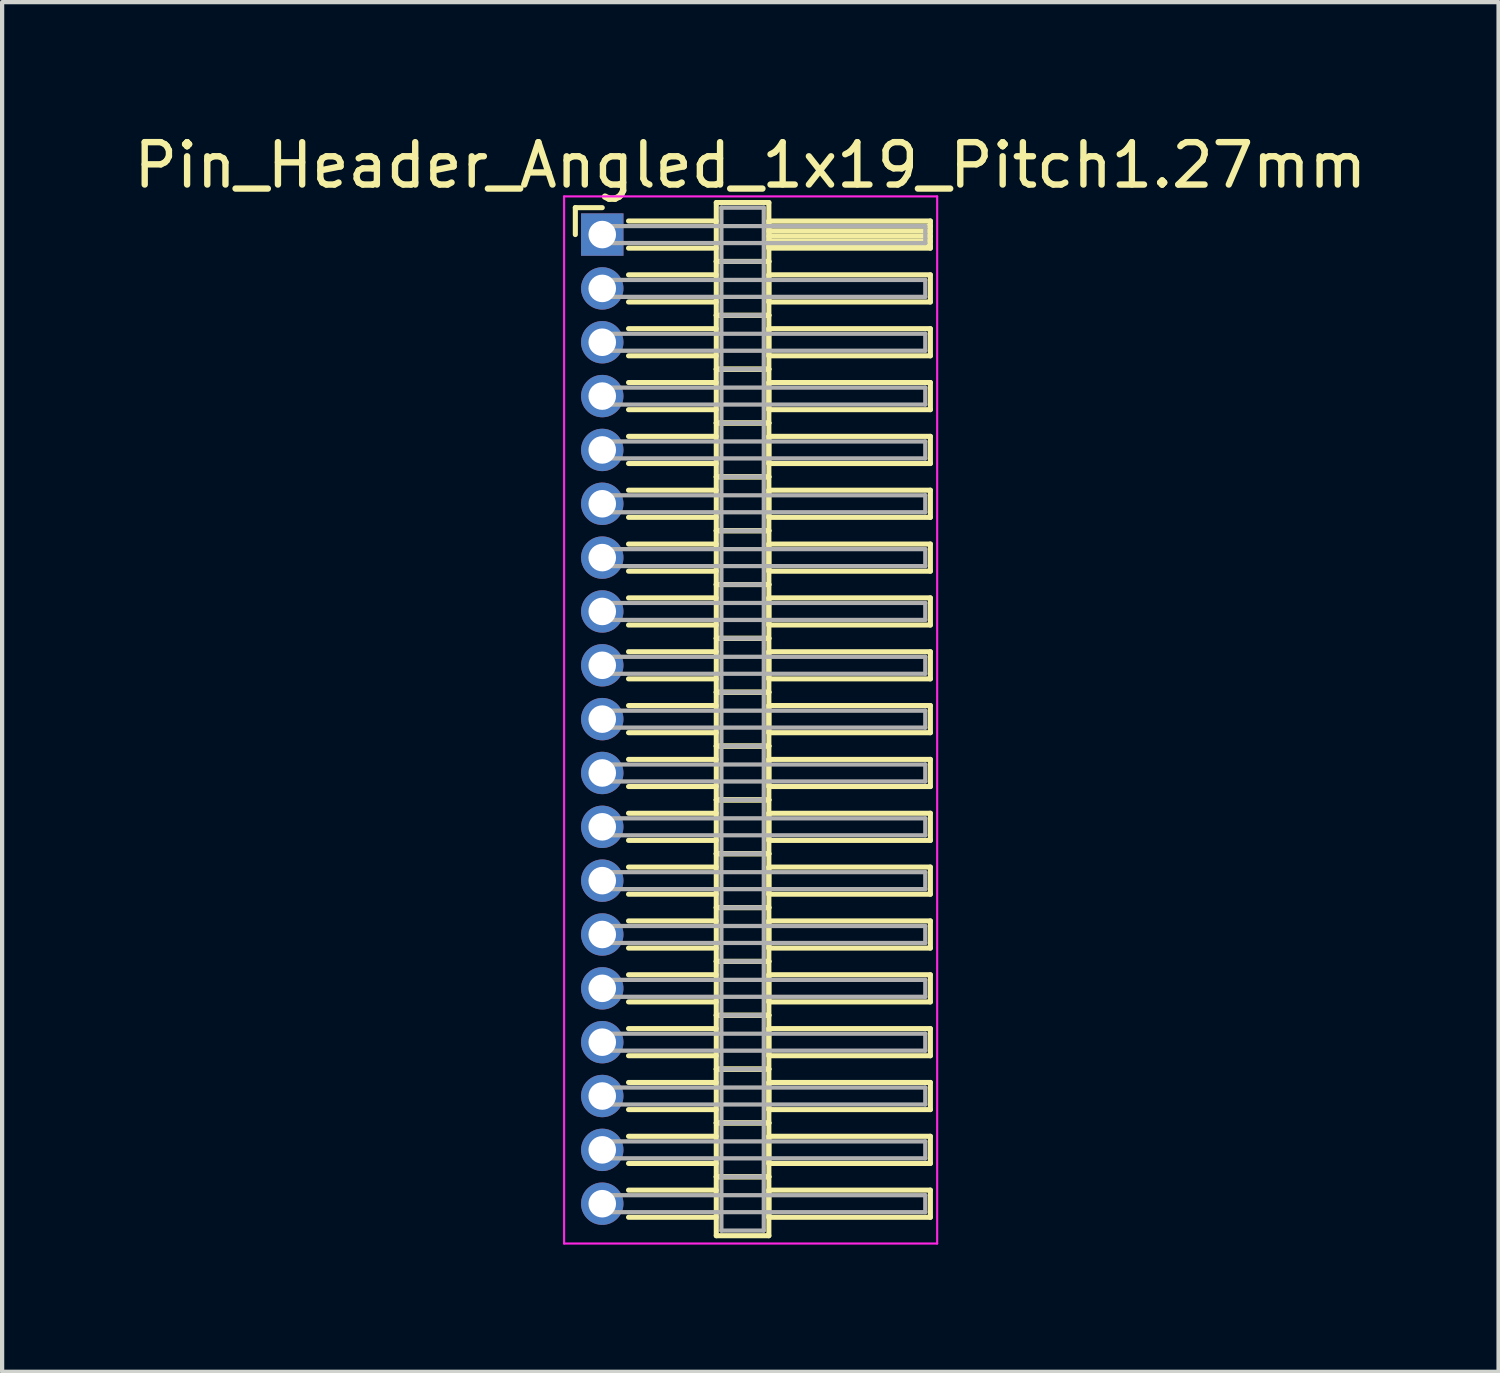
<source format=kicad_pcb>
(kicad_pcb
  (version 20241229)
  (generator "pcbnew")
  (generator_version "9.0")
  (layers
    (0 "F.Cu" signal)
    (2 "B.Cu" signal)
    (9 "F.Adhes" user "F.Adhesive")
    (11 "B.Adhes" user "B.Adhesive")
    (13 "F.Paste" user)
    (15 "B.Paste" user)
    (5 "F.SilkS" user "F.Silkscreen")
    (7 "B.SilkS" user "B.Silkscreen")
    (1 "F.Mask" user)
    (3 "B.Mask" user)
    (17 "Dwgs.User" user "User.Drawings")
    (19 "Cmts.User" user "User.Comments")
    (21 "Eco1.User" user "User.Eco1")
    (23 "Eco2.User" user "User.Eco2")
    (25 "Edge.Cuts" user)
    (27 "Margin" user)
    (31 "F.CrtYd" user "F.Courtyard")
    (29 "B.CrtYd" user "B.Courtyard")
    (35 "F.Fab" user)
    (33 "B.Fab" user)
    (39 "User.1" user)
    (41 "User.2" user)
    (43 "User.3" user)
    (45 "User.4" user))
  (footprint "Pin_Header_Angled_1x19_Pitch1.27mm"
    (layer "F.Cu")
    (at 11.156 2.483)
    (property "Reference" "Pin_Header_Angled_1x19_Pitch1.27mm" (at 3.493 -1.635 0) (layer "F.SilkS") (effects (font (size 1 1) (thickness 0.15))))
    (attr through_hole)
    (fp_line (start -0.635 -0.635) (end 0 -0.635) (stroke (width 0.12) (type solid)) (layer "F.SilkS"))
    (fp_line (start -0.635 0) (end -0.635 -0.635) (stroke (width 0.12) (type solid)) (layer "F.SilkS"))
    (fp_line (start 0.62 -0.32) (end 2.69 -0.32) (stroke (width 0.12) (type solid)) (layer "F.SilkS"))
    (fp_line (start 0.62 0.32) (end 2.69 0.32) (stroke (width 0.12) (type solid)) (layer "F.SilkS"))
    (fp_line (start 0.62 0.95) (end 2.69 0.95) (stroke (width 0.12) (type solid)) (layer "F.SilkS"))
    (fp_line (start 0.62 1.59) (end 2.69 1.59) (stroke (width 0.12) (type solid)) (layer "F.SilkS"))
    (fp_line (start 0.62 2.22) (end 2.69 2.22) (stroke (width 0.12) (type solid)) (layer "F.SilkS"))
    (fp_line (start 0.62 2.86) (end 2.69 2.86) (stroke (width 0.12) (type solid)) (layer "F.SilkS"))
    (fp_line (start 0.62 3.49) (end 2.69 3.49) (stroke (width 0.12) (type solid)) (layer "F.SilkS"))
    (fp_line (start 0.62 4.13) (end 2.69 4.13) (stroke (width 0.12) (type solid)) (layer "F.SilkS"))
    (fp_line (start 0.62 4.76) (end 2.69 4.76) (stroke (width 0.12) (type solid)) (layer "F.SilkS"))
    (fp_line (start 0.62 5.4) (end 2.69 5.4) (stroke (width 0.12) (type solid)) (layer "F.SilkS"))
    (fp_line (start 0.62 6.03) (end 2.69 6.03) (stroke (width 0.12) (type solid)) (layer "F.SilkS"))
    (fp_line (start 0.62 6.67) (end 2.69 6.67) (stroke (width 0.12) (type solid)) (layer "F.SilkS"))
    (fp_line (start 0.62 7.3) (end 2.69 7.3) (stroke (width 0.12) (type solid)) (layer "F.SilkS"))
    (fp_line (start 0.62 7.94) (end 2.69 7.94) (stroke (width 0.12) (type solid)) (layer "F.SilkS"))
    (fp_line (start 0.62 8.57) (end 2.69 8.57) (stroke (width 0.12) (type solid)) (layer "F.SilkS"))
    (fp_line (start 0.62 9.21) (end 2.69 9.21) (stroke (width 0.12) (type solid)) (layer "F.SilkS"))
    (fp_line (start 0.62 9.84) (end 2.69 9.84) (stroke (width 0.12) (type solid)) (layer "F.SilkS"))
    (fp_line (start 0.62 10.48) (end 2.69 10.48) (stroke (width 0.12) (type solid)) (layer "F.SilkS"))
    (fp_line (start 0.62 11.11) (end 2.69 11.11) (stroke (width 0.12) (type solid)) (layer "F.SilkS"))
    (fp_line (start 0.62 11.75) (end 2.69 11.75) (stroke (width 0.12) (type solid)) (layer "F.SilkS"))
    (fp_line (start 0.62 12.38) (end 2.69 12.38) (stroke (width 0.12) (type solid)) (layer "F.SilkS"))
    (fp_line (start 0.62 13.02) (end 2.69 13.02) (stroke (width 0.12) (type solid)) (layer "F.SilkS"))
    (fp_line (start 0.62 13.65) (end 2.69 13.65) (stroke (width 0.12) (type solid)) (layer "F.SilkS"))
    (fp_line (start 0.62 14.29) (end 2.69 14.29) (stroke (width 0.12) (type solid)) (layer "F.SilkS"))
    (fp_line (start 0.62 14.92) (end 2.69 14.92) (stroke (width 0.12) (type solid)) (layer "F.SilkS"))
    (fp_line (start 0.62 15.56) (end 2.69 15.56) (stroke (width 0.12) (type solid)) (layer "F.SilkS"))
    (fp_line (start 0.62 16.19) (end 2.69 16.19) (stroke (width 0.12) (type solid)) (layer "F.SilkS"))
    (fp_line (start 0.62 16.83) (end 2.69 16.83) (stroke (width 0.12) (type solid)) (layer "F.SilkS"))
    (fp_line (start 0.62 17.46) (end 2.69 17.46) (stroke (width 0.12) (type solid)) (layer "F.SilkS"))
    (fp_line (start 0.62 18.1) (end 2.69 18.1) (stroke (width 0.12) (type solid)) (layer "F.SilkS"))
    (fp_line (start 0.62 18.73) (end 2.69 18.73) (stroke (width 0.12) (type solid)) (layer "F.SilkS"))
    (fp_line (start 0.62 19.37) (end 2.69 19.37) (stroke (width 0.12) (type solid)) (layer "F.SilkS"))
    (fp_line (start 0.62 20) (end 2.69 20) (stroke (width 0.12) (type solid)) (layer "F.SilkS"))
    (fp_line (start 0.62 20.64) (end 2.69 20.64) (stroke (width 0.12) (type solid)) (layer "F.SilkS"))
    (fp_line (start 0.62 21.27) (end 2.69 21.27) (stroke (width 0.12) (type solid)) (layer "F.SilkS"))
    (fp_line (start 0.62 21.91) (end 2.69 21.91) (stroke (width 0.12) (type solid)) (layer "F.SilkS"))
    (fp_line (start 0.62 22.54) (end 2.69 22.54) (stroke (width 0.12) (type solid)) (layer "F.SilkS"))
    (fp_line (start 0.62 23.18) (end 2.69 23.18) (stroke (width 0.12) (type solid)) (layer "F.SilkS"))
    (fp_line (start 2.69 -0.755) (end 2.69 0.635) (stroke (width 0.12) (type solid)) (layer "F.SilkS"))
    (fp_line (start 2.69 0.635) (end 2.69 1.905) (stroke (width 0.12) (type solid)) (layer "F.SilkS"))
    (fp_line (start 2.69 0.635) (end 3.93 0.635) (stroke (width 0.12) (type solid)) (layer "F.SilkS"))
    (fp_line (start 2.69 1.905) (end 2.69 3.175) (stroke (width 0.12) (type solid)) (layer "F.SilkS"))
    (fp_line (start 2.69 1.905) (end 3.93 1.905) (stroke (width 0.12) (type solid)) (layer "F.SilkS"))
    (fp_line (start 2.69 3.175) (end 2.69 4.445) (stroke (width 0.12) (type solid)) (layer "F.SilkS"))
    (fp_line (start 2.69 3.175) (end 3.93 3.175) (stroke (width 0.12) (type solid)) (layer "F.SilkS"))
    (fp_line (start 2.69 4.445) (end 2.69 5.715) (stroke (width 0.12) (type solid)) (layer "F.SilkS"))
    (fp_line (start 2.69 4.445) (end 3.93 4.445) (stroke (width 0.12) (type solid)) (layer "F.SilkS"))
    (fp_line (start 2.69 5.715) (end 2.69 6.985) (stroke (width 0.12) (type solid)) (layer "F.SilkS"))
    (fp_line (start 2.69 5.715) (end 3.93 5.715) (stroke (width 0.12) (type solid)) (layer "F.SilkS"))
    (fp_line (start 2.69 6.985) (end 2.69 8.255) (stroke (width 0.12) (type solid)) (layer "F.SilkS"))
    (fp_line (start 2.69 6.985) (end 3.93 6.985) (stroke (width 0.12) (type solid)) (layer "F.SilkS"))
    (fp_line (start 2.69 8.255) (end 2.69 9.525) (stroke (width 0.12) (type solid)) (layer "F.SilkS"))
    (fp_line (start 2.69 8.255) (end 3.93 8.255) (stroke (width 0.12) (type solid)) (layer "F.SilkS"))
    (fp_line (start 2.69 9.525) (end 2.69 10.795) (stroke (width 0.12) (type solid)) (layer "F.SilkS"))
    (fp_line (start 2.69 9.525) (end 3.93 9.525) (stroke (width 0.12) (type solid)) (layer "F.SilkS"))
    (fp_line (start 2.69 10.795) (end 2.69 12.065) (stroke (width 0.12) (type solid)) (layer "F.SilkS"))
    (fp_line (start 2.69 10.795) (end 3.93 10.795) (stroke (width 0.12) (type solid)) (layer "F.SilkS"))
    (fp_line (start 2.69 12.065) (end 2.69 13.335) (stroke (width 0.12) (type solid)) (layer "F.SilkS"))
    (fp_line (start 2.69 12.065) (end 3.93 12.065) (stroke (width 0.12) (type solid)) (layer "F.SilkS"))
    (fp_line (start 2.69 13.335) (end 2.69 14.605) (stroke (width 0.12) (type solid)) (layer "F.SilkS"))
    (fp_line (start 2.69 13.335) (end 3.93 13.335) (stroke (width 0.12) (type solid)) (layer "F.SilkS"))
    (fp_line (start 2.69 14.605) (end 2.69 15.875) (stroke (width 0.12) (type solid)) (layer "F.SilkS"))
    (fp_line (start 2.69 14.605) (end 3.93 14.605) (stroke (width 0.12) (type solid)) (layer "F.SilkS"))
    (fp_line (start 2.69 15.875) (end 2.69 17.145) (stroke (width 0.12) (type solid)) (layer "F.SilkS"))
    (fp_line (start 2.69 15.875) (end 3.93 15.875) (stroke (width 0.12) (type solid)) (layer "F.SilkS"))
    (fp_line (start 2.69 17.145) (end 2.69 18.415) (stroke (width 0.12) (type solid)) (layer "F.SilkS"))
    (fp_line (start 2.69 17.145) (end 3.93 17.145) (stroke (width 0.12) (type solid)) (layer "F.SilkS"))
    (fp_line (start 2.69 18.415) (end 2.69 19.685) (stroke (width 0.12) (type solid)) (layer "F.SilkS"))
    (fp_line (start 2.69 18.415) (end 3.93 18.415) (stroke (width 0.12) (type solid)) (layer "F.SilkS"))
    (fp_line (start 2.69 19.685) (end 2.69 20.955) (stroke (width 0.12) (type solid)) (layer "F.SilkS"))
    (fp_line (start 2.69 19.685) (end 3.93 19.685) (stroke (width 0.12) (type solid)) (layer "F.SilkS"))
    (fp_line (start 2.69 20.955) (end 2.69 22.225) (stroke (width 0.12) (type solid)) (layer "F.SilkS"))
    (fp_line (start 2.69 20.955) (end 3.93 20.955) (stroke (width 0.12) (type solid)) (layer "F.SilkS"))
    (fp_line (start 2.69 22.225) (end 2.69 23.615) (stroke (width 0.12) (type solid)) (layer "F.SilkS"))
    (fp_line (start 2.69 22.225) (end 3.93 22.225) (stroke (width 0.12) (type solid)) (layer "F.SilkS"))
    (fp_line (start 2.69 23.615) (end 3.93 23.615) (stroke (width 0.12) (type solid)) (layer "F.SilkS"))
    (fp_line (start 3.93 -0.755) (end 2.69 -0.755) (stroke (width 0.12) (type solid)) (layer "F.SilkS"))
    (fp_line (start 3.93 -0.32) (end 3.93 0.32) (stroke (width 0.12) (type solid)) (layer "F.SilkS"))
    (fp_line (start 3.93 -0.2) (end 7.74 -0.2) (stroke (width 0.12) (type solid)) (layer "F.SilkS"))
    (fp_line (start 3.93 -0.08) (end 7.74 -0.08) (stroke (width 0.12) (type solid)) (layer "F.SilkS"))
    (fp_line (start 3.93 0.04) (end 7.74 0.04) (stroke (width 0.12) (type solid)) (layer "F.SilkS"))
    (fp_line (start 3.93 0.16) (end 7.74 0.16) (stroke (width 0.12) (type solid)) (layer "F.SilkS"))
    (fp_line (start 3.93 0.28) (end 7.74 0.28) (stroke (width 0.12) (type solid)) (layer "F.SilkS"))
    (fp_line (start 3.93 0.32) (end 7.74 0.32) (stroke (width 0.12) (type solid)) (layer "F.SilkS"))
    (fp_line (start 3.93 0.635) (end 2.69 0.635) (stroke (width 0.12) (type solid)) (layer "F.SilkS"))
    (fp_line (start 3.93 0.635) (end 3.93 -0.755) (stroke (width 0.12) (type solid)) (layer "F.SilkS"))
    (fp_line (start 3.93 0.95) (end 3.93 1.59) (stroke (width 0.12) (type solid)) (layer "F.SilkS"))
    (fp_line (start 3.93 1.59) (end 7.74 1.59) (stroke (width 0.12) (type solid)) (layer "F.SilkS"))
    (fp_line (start 3.93 1.905) (end 2.69 1.905) (stroke (width 0.12) (type solid)) (layer "F.SilkS"))
    (fp_line (start 3.93 1.905) (end 3.93 0.635) (stroke (width 0.12) (type solid)) (layer "F.SilkS"))
    (fp_line (start 3.93 2.22) (end 3.93 2.86) (stroke (width 0.12) (type solid)) (layer "F.SilkS"))
    (fp_line (start 3.93 2.86) (end 7.74 2.86) (stroke (width 0.12) (type solid)) (layer "F.SilkS"))
    (fp_line (start 3.93 3.175) (end 2.69 3.175) (stroke (width 0.12) (type solid)) (layer "F.SilkS"))
    (fp_line (start 3.93 3.175) (end 3.93 1.905) (stroke (width 0.12) (type solid)) (layer "F.SilkS"))
    (fp_line (start 3.93 3.49) (end 3.93 4.13) (stroke (width 0.12) (type solid)) (layer "F.SilkS"))
    (fp_line (start 3.93 4.13) (end 7.74 4.13) (stroke (width 0.12) (type solid)) (layer "F.SilkS"))
    (fp_line (start 3.93 4.445) (end 2.69 4.445) (stroke (width 0.12) (type solid)) (layer "F.SilkS"))
    (fp_line (start 3.93 4.445) (end 3.93 3.175) (stroke (width 0.12) (type solid)) (layer "F.SilkS"))
    (fp_line (start 3.93 4.76) (end 3.93 5.4) (stroke (width 0.12) (type solid)) (layer "F.SilkS"))
    (fp_line (start 3.93 5.4) (end 7.74 5.4) (stroke (width 0.12) (type solid)) (layer "F.SilkS"))
    (fp_line (start 3.93 5.715) (end 2.69 5.715) (stroke (width 0.12) (type solid)) (layer "F.SilkS"))
    (fp_line (start 3.93 5.715) (end 3.93 4.445) (stroke (width 0.12) (type solid)) (layer "F.SilkS"))
    (fp_line (start 3.93 6.03) (end 3.93 6.67) (stroke (width 0.12) (type solid)) (layer "F.SilkS"))
    (fp_line (start 3.93 6.67) (end 7.74 6.67) (stroke (width 0.12) (type solid)) (layer "F.SilkS"))
    (fp_line (start 3.93 6.985) (end 2.69 6.985) (stroke (width 0.12) (type solid)) (layer "F.SilkS"))
    (fp_line (start 3.93 6.985) (end 3.93 5.715) (stroke (width 0.12) (type solid)) (layer "F.SilkS"))
    (fp_line (start 3.93 7.3) (end 3.93 7.94) (stroke (width 0.12) (type solid)) (layer "F.SilkS"))
    (fp_line (start 3.93 7.94) (end 7.74 7.94) (stroke (width 0.12) (type solid)) (layer "F.SilkS"))
    (fp_line (start 3.93 8.255) (end 2.69 8.255) (stroke (width 0.12) (type solid)) (layer "F.SilkS"))
    (fp_line (start 3.93 8.255) (end 3.93 6.985) (stroke (width 0.12) (type solid)) (layer "F.SilkS"))
    (fp_line (start 3.93 8.57) (end 3.93 9.21) (stroke (width 0.12) (type solid)) (layer "F.SilkS"))
    (fp_line (start 3.93 9.21) (end 7.74 9.21) (stroke (width 0.12) (type solid)) (layer "F.SilkS"))
    (fp_line (start 3.93 9.525) (end 2.69 9.525) (stroke (width 0.12) (type solid)) (layer "F.SilkS"))
    (fp_line (start 3.93 9.525) (end 3.93 8.255) (stroke (width 0.12) (type solid)) (layer "F.SilkS"))
    (fp_line (start 3.93 9.84) (end 3.93 10.48) (stroke (width 0.12) (type solid)) (layer "F.SilkS"))
    (fp_line (start 3.93 10.48) (end 7.74 10.48) (stroke (width 0.12) (type solid)) (layer "F.SilkS"))
    (fp_line (start 3.93 10.795) (end 2.69 10.795) (stroke (width 0.12) (type solid)) (layer "F.SilkS"))
    (fp_line (start 3.93 10.795) (end 3.93 9.525) (stroke (width 0.12) (type solid)) (layer "F.SilkS"))
    (fp_line (start 3.93 11.11) (end 3.93 11.75) (stroke (width 0.12) (type solid)) (layer "F.SilkS"))
    (fp_line (start 3.93 11.75) (end 7.74 11.75) (stroke (width 0.12) (type solid)) (layer "F.SilkS"))
    (fp_line (start 3.93 12.065) (end 2.69 12.065) (stroke (width 0.12) (type solid)) (layer "F.SilkS"))
    (fp_line (start 3.93 12.065) (end 3.93 10.795) (stroke (width 0.12) (type solid)) (layer "F.SilkS"))
    (fp_line (start 3.93 12.38) (end 3.93 13.02) (stroke (width 0.12) (type solid)) (layer "F.SilkS"))
    (fp_line (start 3.93 13.02) (end 7.74 13.02) (stroke (width 0.12) (type solid)) (layer "F.SilkS"))
    (fp_line (start 3.93 13.335) (end 2.69 13.335) (stroke (width 0.12) (type solid)) (layer "F.SilkS"))
    (fp_line (start 3.93 13.335) (end 3.93 12.065) (stroke (width 0.12) (type solid)) (layer "F.SilkS"))
    (fp_line (start 3.93 13.65) (end 3.93 14.29) (stroke (width 0.12) (type solid)) (layer "F.SilkS"))
    (fp_line (start 3.93 14.29) (end 7.74 14.29) (stroke (width 0.12) (type solid)) (layer "F.SilkS"))
    (fp_line (start 3.93 14.605) (end 2.69 14.605) (stroke (width 0.12) (type solid)) (layer "F.SilkS"))
    (fp_line (start 3.93 14.605) (end 3.93 13.335) (stroke (width 0.12) (type solid)) (layer "F.SilkS"))
    (fp_line (start 3.93 14.92) (end 3.93 15.56) (stroke (width 0.12) (type solid)) (layer "F.SilkS"))
    (fp_line (start 3.93 15.56) (end 7.74 15.56) (stroke (width 0.12) (type solid)) (layer "F.SilkS"))
    (fp_line (start 3.93 15.875) (end 2.69 15.875) (stroke (width 0.12) (type solid)) (layer "F.SilkS"))
    (fp_line (start 3.93 15.875) (end 3.93 14.605) (stroke (width 0.12) (type solid)) (layer "F.SilkS"))
    (fp_line (start 3.93 16.19) (end 3.93 16.83) (stroke (width 0.12) (type solid)) (layer "F.SilkS"))
    (fp_line (start 3.93 16.83) (end 7.74 16.83) (stroke (width 0.12) (type solid)) (layer "F.SilkS"))
    (fp_line (start 3.93 17.145) (end 2.69 17.145) (stroke (width 0.12) (type solid)) (layer "F.SilkS"))
    (fp_line (start 3.93 17.145) (end 3.93 15.875) (stroke (width 0.12) (type solid)) (layer "F.SilkS"))
    (fp_line (start 3.93 17.46) (end 3.93 18.1) (stroke (width 0.12) (type solid)) (layer "F.SilkS"))
    (fp_line (start 3.93 18.1) (end 7.74 18.1) (stroke (width 0.12) (type solid)) (layer "F.SilkS"))
    (fp_line (start 3.93 18.415) (end 2.69 18.415) (stroke (width 0.12) (type solid)) (layer "F.SilkS"))
    (fp_line (start 3.93 18.415) (end 3.93 17.145) (stroke (width 0.12) (type solid)) (layer "F.SilkS"))
    (fp_line (start 3.93 18.73) (end 3.93 19.37) (stroke (width 0.12) (type solid)) (layer "F.SilkS"))
    (fp_line (start 3.93 19.37) (end 7.74 19.37) (stroke (width 0.12) (type solid)) (layer "F.SilkS"))
    (fp_line (start 3.93 19.685) (end 2.69 19.685) (stroke (width 0.12) (type solid)) (layer "F.SilkS"))
    (fp_line (start 3.93 19.685) (end 3.93 18.415) (stroke (width 0.12) (type solid)) (layer "F.SilkS"))
    (fp_line (start 3.93 20) (end 3.93 20.64) (stroke (width 0.12) (type solid)) (layer "F.SilkS"))
    (fp_line (start 3.93 20.64) (end 7.74 20.64) (stroke (width 0.12) (type solid)) (layer "F.SilkS"))
    (fp_line (start 3.93 20.955) (end 2.69 20.955) (stroke (width 0.12) (type solid)) (layer "F.SilkS"))
    (fp_line (start 3.93 20.955) (end 3.93 19.685) (stroke (width 0.12) (type solid)) (layer "F.SilkS"))
    (fp_line (start 3.93 21.27) (end 3.93 21.91) (stroke (width 0.12) (type solid)) (layer "F.SilkS"))
    (fp_line (start 3.93 21.91) (end 7.74 21.91) (stroke (width 0.12) (type solid)) (layer "F.SilkS"))
    (fp_line (start 3.93 22.225) (end 2.69 22.225) (stroke (width 0.12) (type solid)) (layer "F.SilkS"))
    (fp_line (start 3.93 22.225) (end 3.93 20.955) (stroke (width 0.12) (type solid)) (layer "F.SilkS"))
    (fp_line (start 3.93 22.54) (end 3.93 23.18) (stroke (width 0.12) (type solid)) (layer "F.SilkS"))
    (fp_line (start 3.93 23.18) (end 7.74 23.18) (stroke (width 0.12) (type solid)) (layer "F.SilkS"))
    (fp_line (start 3.93 23.615) (end 3.93 22.225) (stroke (width 0.12) (type solid)) (layer "F.SilkS"))
    (fp_line (start 7.74 -0.32) (end 3.93 -0.32) (stroke (width 0.12) (type solid)) (layer "F.SilkS"))
    (fp_line (start 7.74 0.32) (end 7.74 -0.32) (stroke (width 0.12) (type solid)) (layer "F.SilkS"))
    (fp_line (start 7.74 0.95) (end 3.93 0.95) (stroke (width 0.12) (type solid)) (layer "F.SilkS"))
    (fp_line (start 7.74 1.59) (end 7.74 0.95) (stroke (width 0.12) (type solid)) (layer "F.SilkS"))
    (fp_line (start 7.74 2.22) (end 3.93 2.22) (stroke (width 0.12) (type solid)) (layer "F.SilkS"))
    (fp_line (start 7.74 2.86) (end 7.74 2.22) (stroke (width 0.12) (type solid)) (layer "F.SilkS"))
    (fp_line (start 7.74 3.49) (end 3.93 3.49) (stroke (width 0.12) (type solid)) (layer "F.SilkS"))
    (fp_line (start 7.74 4.13) (end 7.74 3.49) (stroke (width 0.12) (type solid)) (layer "F.SilkS"))
    (fp_line (start 7.74 4.76) (end 3.93 4.76) (stroke (width 0.12) (type solid)) (layer "F.SilkS"))
    (fp_line (start 7.74 5.4) (end 7.74 4.76) (stroke (width 0.12) (type solid)) (layer "F.SilkS"))
    (fp_line (start 7.74 6.03) (end 3.93 6.03) (stroke (width 0.12) (type solid)) (layer "F.SilkS"))
    (fp_line (start 7.74 6.67) (end 7.74 6.03) (stroke (width 0.12) (type solid)) (layer "F.SilkS"))
    (fp_line (start 7.74 7.3) (end 3.93 7.3) (stroke (width 0.12) (type solid)) (layer "F.SilkS"))
    (fp_line (start 7.74 7.94) (end 7.74 7.3) (stroke (width 0.12) (type solid)) (layer "F.SilkS"))
    (fp_line (start 7.74 8.57) (end 3.93 8.57) (stroke (width 0.12) (type solid)) (layer "F.SilkS"))
    (fp_line (start 7.74 9.21) (end 7.74 8.57) (stroke (width 0.12) (type solid)) (layer "F.SilkS"))
    (fp_line (start 7.74 9.84) (end 3.93 9.84) (stroke (width 0.12) (type solid)) (layer "F.SilkS"))
    (fp_line (start 7.74 10.48) (end 7.74 9.84) (stroke (width 0.12) (type solid)) (layer "F.SilkS"))
    (fp_line (start 7.74 11.11) (end 3.93 11.11) (stroke (width 0.12) (type solid)) (layer "F.SilkS"))
    (fp_line (start 7.74 11.75) (end 7.74 11.11) (stroke (width 0.12) (type solid)) (layer "F.SilkS"))
    (fp_line (start 7.74 12.38) (end 3.93 12.38) (stroke (width 0.12) (type solid)) (layer "F.SilkS"))
    (fp_line (start 7.74 13.02) (end 7.74 12.38) (stroke (width 0.12) (type solid)) (layer "F.SilkS"))
    (fp_line (start 7.74 13.65) (end 3.93 13.65) (stroke (width 0.12) (type solid)) (layer "F.SilkS"))
    (fp_line (start 7.74 14.29) (end 7.74 13.65) (stroke (width 0.12) (type solid)) (layer "F.SilkS"))
    (fp_line (start 7.74 14.92) (end 3.93 14.92) (stroke (width 0.12) (type solid)) (layer "F.SilkS"))
    (fp_line (start 7.74 15.56) (end 7.74 14.92) (stroke (width 0.12) (type solid)) (layer "F.SilkS"))
    (fp_line (start 7.74 16.19) (end 3.93 16.19) (stroke (width 0.12) (type solid)) (layer "F.SilkS"))
    (fp_line (start 7.74 16.83) (end 7.74 16.19) (stroke (width 0.12) (type solid)) (layer "F.SilkS"))
    (fp_line (start 7.74 17.46) (end 3.93 17.46) (stroke (width 0.12) (type solid)) (layer "F.SilkS"))
    (fp_line (start 7.74 18.1) (end 7.74 17.46) (stroke (width 0.12) (type solid)) (layer "F.SilkS"))
    (fp_line (start 7.74 18.73) (end 3.93 18.73) (stroke (width 0.12) (type solid)) (layer "F.SilkS"))
    (fp_line (start 7.74 19.37) (end 7.74 18.73) (stroke (width 0.12) (type solid)) (layer "F.SilkS"))
    (fp_line (start 7.74 20) (end 3.93 20) (stroke (width 0.12) (type solid)) (layer "F.SilkS"))
    (fp_line (start 7.74 20.64) (end 7.74 20) (stroke (width 0.12) (type solid)) (layer "F.SilkS"))
    (fp_line (start 7.74 21.27) (end 3.93 21.27) (stroke (width 0.12) (type solid)) (layer "F.SilkS"))
    (fp_line (start 7.74 21.91) (end 7.74 21.27) (stroke (width 0.12) (type solid)) (layer "F.SilkS"))
    (fp_line (start 7.74 22.54) (end 3.93 22.54) (stroke (width 0.12) (type solid)) (layer "F.SilkS"))
    (fp_line (start 7.74 23.18) (end 7.74 22.54) (stroke (width 0.12) (type solid)) (layer "F.SilkS"))
    (fp_line (start -0.9 -0.9) (end -0.9 23.8) (stroke (width 0.05) (type solid)) (layer "F.CrtYd"))
    (fp_line (start -0.9 23.8) (end 7.9 23.8) (stroke (width 0.05) (type solid)) (layer "F.CrtYd"))
    (fp_line (start 7.9 -0.9) (end -0.9 -0.9) (stroke (width 0.05) (type solid)) (layer "F.CrtYd"))
    (fp_line (start 7.9 23.8) (end 7.9 -0.9) (stroke (width 0.05) (type solid)) (layer "F.CrtYd"))
    (fp_line (start 0 -0.2) (end 0 0.2) (stroke (width 0.1) (type solid)) (layer "F.Fab"))
    (fp_line (start 0 0.2) (end 7.62 0.2) (stroke (width 0.1) (type solid)) (layer "F.Fab"))
    (fp_line (start 0 1.07) (end 0 1.47) (stroke (width 0.1) (type solid)) (layer "F.Fab"))
    (fp_line (start 0 1.47) (end 7.62 1.47) (stroke (width 0.1) (type solid)) (layer "F.Fab"))
    (fp_line (start 0 2.34) (end 0 2.74) (stroke (width 0.1) (type solid)) (layer "F.Fab"))
    (fp_line (start 0 2.74) (end 7.62 2.74) (stroke (width 0.1) (type solid)) (layer "F.Fab"))
    (fp_line (start 0 3.61) (end 0 4.01) (stroke (width 0.1) (type solid)) (layer "F.Fab"))
    (fp_line (start 0 4.01) (end 7.62 4.01) (stroke (width 0.1) (type solid)) (layer "F.Fab"))
    (fp_line (start 0 4.88) (end 0 5.28) (stroke (width 0.1) (type solid)) (layer "F.Fab"))
    (fp_line (start 0 5.28) (end 7.62 5.28) (stroke (width 0.1) (type solid)) (layer "F.Fab"))
    (fp_line (start 0 6.15) (end 0 6.55) (stroke (width 0.1) (type solid)) (layer "F.Fab"))
    (fp_line (start 0 6.55) (end 7.62 6.55) (stroke (width 0.1) (type solid)) (layer "F.Fab"))
    (fp_line (start 0 7.42) (end 0 7.82) (stroke (width 0.1) (type solid)) (layer "F.Fab"))
    (fp_line (start 0 7.82) (end 7.62 7.82) (stroke (width 0.1) (type solid)) (layer "F.Fab"))
    (fp_line (start 0 8.69) (end 0 9.09) (stroke (width 0.1) (type solid)) (layer "F.Fab"))
    (fp_line (start 0 9.09) (end 7.62 9.09) (stroke (width 0.1) (type solid)) (layer "F.Fab"))
    (fp_line (start 0 9.96) (end 0 10.36) (stroke (width 0.1) (type solid)) (layer "F.Fab"))
    (fp_line (start 0 10.36) (end 7.62 10.36) (stroke (width 0.1) (type solid)) (layer "F.Fab"))
    (fp_line (start 0 11.23) (end 0 11.63) (stroke (width 0.1) (type solid)) (layer "F.Fab"))
    (fp_line (start 0 11.63) (end 7.62 11.63) (stroke (width 0.1) (type solid)) (layer "F.Fab"))
    (fp_line (start 0 12.5) (end 0 12.9) (stroke (width 0.1) (type solid)) (layer "F.Fab"))
    (fp_line (start 0 12.9) (end 7.62 12.9) (stroke (width 0.1) (type solid)) (layer "F.Fab"))
    (fp_line (start 0 13.77) (end 0 14.17) (stroke (width 0.1) (type solid)) (layer "F.Fab"))
    (fp_line (start 0 14.17) (end 7.62 14.17) (stroke (width 0.1) (type solid)) (layer "F.Fab"))
    (fp_line (start 0 15.04) (end 0 15.44) (stroke (width 0.1) (type solid)) (layer "F.Fab"))
    (fp_line (start 0 15.44) (end 7.62 15.44) (stroke (width 0.1) (type solid)) (layer "F.Fab"))
    (fp_line (start 0 16.31) (end 0 16.71) (stroke (width 0.1) (type solid)) (layer "F.Fab"))
    (fp_line (start 0 16.71) (end 7.62 16.71) (stroke (width 0.1) (type solid)) (layer "F.Fab"))
    (fp_line (start 0 17.58) (end 0 17.98) (stroke (width 0.1) (type solid)) (layer "F.Fab"))
    (fp_line (start 0 17.98) (end 7.62 17.98) (stroke (width 0.1) (type solid)) (layer "F.Fab"))
    (fp_line (start 0 18.85) (end 0 19.25) (stroke (width 0.1) (type solid)) (layer "F.Fab"))
    (fp_line (start 0 19.25) (end 7.62 19.25) (stroke (width 0.1) (type solid)) (layer "F.Fab"))
    (fp_line (start 0 20.12) (end 0 20.52) (stroke (width 0.1) (type solid)) (layer "F.Fab"))
    (fp_line (start 0 20.52) (end 7.62 20.52) (stroke (width 0.1) (type solid)) (layer "F.Fab"))
    (fp_line (start 0 21.39) (end 0 21.79) (stroke (width 0.1) (type solid)) (layer "F.Fab"))
    (fp_line (start 0 21.79) (end 7.62 21.79) (stroke (width 0.1) (type solid)) (layer "F.Fab"))
    (fp_line (start 0 22.66) (end 0 23.06) (stroke (width 0.1) (type solid)) (layer "F.Fab"))
    (fp_line (start 0 23.06) (end 7.62 23.06) (stroke (width 0.1) (type solid)) (layer "F.Fab"))
    (fp_line (start 2.81 -0.635) (end 2.81 0.635) (stroke (width 0.1) (type solid)) (layer "F.Fab"))
    (fp_line (start 2.81 0.635) (end 2.81 1.905) (stroke (width 0.1) (type solid)) (layer "F.Fab"))
    (fp_line (start 2.81 0.635) (end 3.81 0.635) (stroke (width 0.1) (type solid)) (layer "F.Fab"))
    (fp_line (start 2.81 1.905) (end 2.81 3.175) (stroke (width 0.1) (type solid)) (layer "F.Fab"))
    (fp_line (start 2.81 1.905) (end 3.81 1.905) (stroke (width 0.1) (type solid)) (layer "F.Fab"))
    (fp_line (start 2.81 3.175) (end 2.81 4.445) (stroke (width 0.1) (type solid)) (layer "F.Fab"))
    (fp_line (start 2.81 3.175) (end 3.81 3.175) (stroke (width 0.1) (type solid)) (layer "F.Fab"))
    (fp_line (start 2.81 4.445) (end 2.81 5.715) (stroke (width 0.1) (type solid)) (layer "F.Fab"))
    (fp_line (start 2.81 4.445) (end 3.81 4.445) (stroke (width 0.1) (type solid)) (layer "F.Fab"))
    (fp_line (start 2.81 5.715) (end 2.81 6.985) (stroke (width 0.1) (type solid)) (layer "F.Fab"))
    (fp_line (start 2.81 5.715) (end 3.81 5.715) (stroke (width 0.1) (type solid)) (layer "F.Fab"))
    (fp_line (start 2.81 6.985) (end 2.81 8.255) (stroke (width 0.1) (type solid)) (layer "F.Fab"))
    (fp_line (start 2.81 6.985) (end 3.81 6.985) (stroke (width 0.1) (type solid)) (layer "F.Fab"))
    (fp_line (start 2.81 8.255) (end 2.81 9.525) (stroke (width 0.1) (type solid)) (layer "F.Fab"))
    (fp_line (start 2.81 8.255) (end 3.81 8.255) (stroke (width 0.1) (type solid)) (layer "F.Fab"))
    (fp_line (start 2.81 9.525) (end 2.81 10.795) (stroke (width 0.1) (type solid)) (layer "F.Fab"))
    (fp_line (start 2.81 9.525) (end 3.81 9.525) (stroke (width 0.1) (type solid)) (layer "F.Fab"))
    (fp_line (start 2.81 10.795) (end 2.81 12.065) (stroke (width 0.1) (type solid)) (layer "F.Fab"))
    (fp_line (start 2.81 10.795) (end 3.81 10.795) (stroke (width 0.1) (type solid)) (layer "F.Fab"))
    (fp_line (start 2.81 12.065) (end 2.81 13.335) (stroke (width 0.1) (type solid)) (layer "F.Fab"))
    (fp_line (start 2.81 12.065) (end 3.81 12.065) (stroke (width 0.1) (type solid)) (layer "F.Fab"))
    (fp_line (start 2.81 13.335) (end 2.81 14.605) (stroke (width 0.1) (type solid)) (layer "F.Fab"))
    (fp_line (start 2.81 13.335) (end 3.81 13.335) (stroke (width 0.1) (type solid)) (layer "F.Fab"))
    (fp_line (start 2.81 14.605) (end 2.81 15.875) (stroke (width 0.1) (type solid)) (layer "F.Fab"))
    (fp_line (start 2.81 14.605) (end 3.81 14.605) (stroke (width 0.1) (type solid)) (layer "F.Fab"))
    (fp_line (start 2.81 15.875) (end 2.81 17.145) (stroke (width 0.1) (type solid)) (layer "F.Fab"))
    (fp_line (start 2.81 15.875) (end 3.81 15.875) (stroke (width 0.1) (type solid)) (layer "F.Fab"))
    (fp_line (start 2.81 17.145) (end 2.81 18.415) (stroke (width 0.1) (type solid)) (layer "F.Fab"))
    (fp_line (start 2.81 17.145) (end 3.81 17.145) (stroke (width 0.1) (type solid)) (layer "F.Fab"))
    (fp_line (start 2.81 18.415) (end 2.81 19.685) (stroke (width 0.1) (type solid)) (layer "F.Fab"))
    (fp_line (start 2.81 18.415) (end 3.81 18.415) (stroke (width 0.1) (type solid)) (layer "F.Fab"))
    (fp_line (start 2.81 19.685) (end 2.81 20.955) (stroke (width 0.1) (type solid)) (layer "F.Fab"))
    (fp_line (start 2.81 19.685) (end 3.81 19.685) (stroke (width 0.1) (type solid)) (layer "F.Fab"))
    (fp_line (start 2.81 20.955) (end 2.81 22.225) (stroke (width 0.1) (type solid)) (layer "F.Fab"))
    (fp_line (start 2.81 20.955) (end 3.81 20.955) (stroke (width 0.1) (type solid)) (layer "F.Fab"))
    (fp_line (start 2.81 22.225) (end 2.81 23.495) (stroke (width 0.1) (type solid)) (layer "F.Fab"))
    (fp_line (start 2.81 22.225) (end 3.81 22.225) (stroke (width 0.1) (type solid)) (layer "F.Fab"))
    (fp_line (start 2.81 23.495) (end 3.81 23.495) (stroke (width 0.1) (type solid)) (layer "F.Fab"))
    (fp_line (start 3.81 -0.635) (end 2.81 -0.635) (stroke (width 0.1) (type solid)) (layer "F.Fab"))
    (fp_line (start 3.81 0.635) (end 2.81 0.635) (stroke (width 0.1) (type solid)) (layer "F.Fab"))
    (fp_line (start 3.81 0.635) (end 3.81 -0.635) (stroke (width 0.1) (type solid)) (layer "F.Fab"))
    (fp_line (start 3.81 1.905) (end 2.81 1.905) (stroke (width 0.1) (type solid)) (layer "F.Fab"))
    (fp_line (start 3.81 1.905) (end 3.81 0.635) (stroke (width 0.1) (type solid)) (layer "F.Fab"))
    (fp_line (start 3.81 3.175) (end 2.81 3.175) (stroke (width 0.1) (type solid)) (layer "F.Fab"))
    (fp_line (start 3.81 3.175) (end 3.81 1.905) (stroke (width 0.1) (type solid)) (layer "F.Fab"))
    (fp_line (start 3.81 4.445) (end 2.81 4.445) (stroke (width 0.1) (type solid)) (layer "F.Fab"))
    (fp_line (start 3.81 4.445) (end 3.81 3.175) (stroke (width 0.1) (type solid)) (layer "F.Fab"))
    (fp_line (start 3.81 5.715) (end 2.81 5.715) (stroke (width 0.1) (type solid)) (layer "F.Fab"))
    (fp_line (start 3.81 5.715) (end 3.81 4.445) (stroke (width 0.1) (type solid)) (layer "F.Fab"))
    (fp_line (start 3.81 6.985) (end 2.81 6.985) (stroke (width 0.1) (type solid)) (layer "F.Fab"))
    (fp_line (start 3.81 6.985) (end 3.81 5.715) (stroke (width 0.1) (type solid)) (layer "F.Fab"))
    (fp_line (start 3.81 8.255) (end 2.81 8.255) (stroke (width 0.1) (type solid)) (layer "F.Fab"))
    (fp_line (start 3.81 8.255) (end 3.81 6.985) (stroke (width 0.1) (type solid)) (layer "F.Fab"))
    (fp_line (start 3.81 9.525) (end 2.81 9.525) (stroke (width 0.1) (type solid)) (layer "F.Fab"))
    (fp_line (start 3.81 9.525) (end 3.81 8.255) (stroke (width 0.1) (type solid)) (layer "F.Fab"))
    (fp_line (start 3.81 10.795) (end 2.81 10.795) (stroke (width 0.1) (type solid)) (layer "F.Fab"))
    (fp_line (start 3.81 10.795) (end 3.81 9.525) (stroke (width 0.1) (type solid)) (layer "F.Fab"))
    (fp_line (start 3.81 12.065) (end 2.81 12.065) (stroke (width 0.1) (type solid)) (layer "F.Fab"))
    (fp_line (start 3.81 12.065) (end 3.81 10.795) (stroke (width 0.1) (type solid)) (layer "F.Fab"))
    (fp_line (start 3.81 13.335) (end 2.81 13.335) (stroke (width 0.1) (type solid)) (layer "F.Fab"))
    (fp_line (start 3.81 13.335) (end 3.81 12.065) (stroke (width 0.1) (type solid)) (layer "F.Fab"))
    (fp_line (start 3.81 14.605) (end 2.81 14.605) (stroke (width 0.1) (type solid)) (layer "F.Fab"))
    (fp_line (start 3.81 14.605) (end 3.81 13.335) (stroke (width 0.1) (type solid)) (layer "F.Fab"))
    (fp_line (start 3.81 15.875) (end 2.81 15.875) (stroke (width 0.1) (type solid)) (layer "F.Fab"))
    (fp_line (start 3.81 15.875) (end 3.81 14.605) (stroke (width 0.1) (type solid)) (layer "F.Fab"))
    (fp_line (start 3.81 17.145) (end 2.81 17.145) (stroke (width 0.1) (type solid)) (layer "F.Fab"))
    (fp_line (start 3.81 17.145) (end 3.81 15.875) (stroke (width 0.1) (type solid)) (layer "F.Fab"))
    (fp_line (start 3.81 18.415) (end 2.81 18.415) (stroke (width 0.1) (type solid)) (layer "F.Fab"))
    (fp_line (start 3.81 18.415) (end 3.81 17.145) (stroke (width 0.1) (type solid)) (layer "F.Fab"))
    (fp_line (start 3.81 19.685) (end 2.81 19.685) (stroke (width 0.1) (type solid)) (layer "F.Fab"))
    (fp_line (start 3.81 19.685) (end 3.81 18.415) (stroke (width 0.1) (type solid)) (layer "F.Fab"))
    (fp_line (start 3.81 20.955) (end 2.81 20.955) (stroke (width 0.1) (type solid)) (layer "F.Fab"))
    (fp_line (start 3.81 20.955) (end 3.81 19.685) (stroke (width 0.1) (type solid)) (layer "F.Fab"))
    (fp_line (start 3.81 22.225) (end 2.81 22.225) (stroke (width 0.1) (type solid)) (layer "F.Fab"))
    (fp_line (start 3.81 22.225) (end 3.81 20.955) (stroke (width 0.1) (type solid)) (layer "F.Fab"))
    (fp_line (start 3.81 23.495) (end 3.81 22.225) (stroke (width 0.1) (type solid)) (layer "F.Fab"))
    (fp_line (start 7.62 -0.2) (end 0 -0.2) (stroke (width 0.1) (type solid)) (layer "F.Fab"))
    (fp_line (start 7.62 0.2) (end 7.62 -0.2) (stroke (width 0.1) (type solid)) (layer "F.Fab"))
    (fp_line (start 7.62 1.07) (end 0 1.07) (stroke (width 0.1) (type solid)) (layer "F.Fab"))
    (fp_line (start 7.62 1.47) (end 7.62 1.07) (stroke (width 0.1) (type solid)) (layer "F.Fab"))
    (fp_line (start 7.62 2.34) (end 0 2.34) (stroke (width 0.1) (type solid)) (layer "F.Fab"))
    (fp_line (start 7.62 2.74) (end 7.62 2.34) (stroke (width 0.1) (type solid)) (layer "F.Fab"))
    (fp_line (start 7.62 3.61) (end 0 3.61) (stroke (width 0.1) (type solid)) (layer "F.Fab"))
    (fp_line (start 7.62 4.01) (end 7.62 3.61) (stroke (width 0.1) (type solid)) (layer "F.Fab"))
    (fp_line (start 7.62 4.88) (end 0 4.88) (stroke (width 0.1) (type solid)) (layer "F.Fab"))
    (fp_line (start 7.62 5.28) (end 7.62 4.88) (stroke (width 0.1) (type solid)) (layer "F.Fab"))
    (fp_line (start 7.62 6.15) (end 0 6.15) (stroke (width 0.1) (type solid)) (layer "F.Fab"))
    (fp_line (start 7.62 6.55) (end 7.62 6.15) (stroke (width 0.1) (type solid)) (layer "F.Fab"))
    (fp_line (start 7.62 7.42) (end 0 7.42) (stroke (width 0.1) (type solid)) (layer "F.Fab"))
    (fp_line (start 7.62 7.82) (end 7.62 7.42) (stroke (width 0.1) (type solid)) (layer "F.Fab"))
    (fp_line (start 7.62 8.69) (end 0 8.69) (stroke (width 0.1) (type solid)) (layer "F.Fab"))
    (fp_line (start 7.62 9.09) (end 7.62 8.69) (stroke (width 0.1) (type solid)) (layer "F.Fab"))
    (fp_line (start 7.62 9.96) (end 0 9.96) (stroke (width 0.1) (type solid)) (layer "F.Fab"))
    (fp_line (start 7.62 10.36) (end 7.62 9.96) (stroke (width 0.1) (type solid)) (layer "F.Fab"))
    (fp_line (start 7.62 11.23) (end 0 11.23) (stroke (width 0.1) (type solid)) (layer "F.Fab"))
    (fp_line (start 7.62 11.63) (end 7.62 11.23) (stroke (width 0.1) (type solid)) (layer "F.Fab"))
    (fp_line (start 7.62 12.5) (end 0 12.5) (stroke (width 0.1) (type solid)) (layer "F.Fab"))
    (fp_line (start 7.62 12.9) (end 7.62 12.5) (stroke (width 0.1) (type solid)) (layer "F.Fab"))
    (fp_line (start 7.62 13.77) (end 0 13.77) (stroke (width 0.1) (type solid)) (layer "F.Fab"))
    (fp_line (start 7.62 14.17) (end 7.62 13.77) (stroke (width 0.1) (type solid)) (layer "F.Fab"))
    (fp_line (start 7.62 15.04) (end 0 15.04) (stroke (width 0.1) (type solid)) (layer "F.Fab"))
    (fp_line (start 7.62 15.44) (end 7.62 15.04) (stroke (width 0.1) (type solid)) (layer "F.Fab"))
    (fp_line (start 7.62 16.31) (end 0 16.31) (stroke (width 0.1) (type solid)) (layer "F.Fab"))
    (fp_line (start 7.62 16.71) (end 7.62 16.31) (stroke (width 0.1) (type solid)) (layer "F.Fab"))
    (fp_line (start 7.62 17.58) (end 0 17.58) (stroke (width 0.1) (type solid)) (layer "F.Fab"))
    (fp_line (start 7.62 17.98) (end 7.62 17.58) (stroke (width 0.1) (type solid)) (layer "F.Fab"))
    (fp_line (start 7.62 18.85) (end 0 18.85) (stroke (width 0.1) (type solid)) (layer "F.Fab"))
    (fp_line (start 7.62 19.25) (end 7.62 18.85) (stroke (width 0.1) (type solid)) (layer "F.Fab"))
    (fp_line (start 7.62 20.12) (end 0 20.12) (stroke (width 0.1) (type solid)) (layer "F.Fab"))
    (fp_line (start 7.62 20.52) (end 7.62 20.12) (stroke (width 0.1) (type solid)) (layer "F.Fab"))
    (fp_line (start 7.62 21.39) (end 0 21.39) (stroke (width 0.1) (type solid)) (layer "F.Fab"))
    (fp_line (start 7.62 21.79) (end 7.62 21.39) (stroke (width 0.1) (type solid)) (layer "F.Fab"))
    (fp_line (start 7.62 22.66) (end 0 22.66) (stroke (width 0.1) (type solid)) (layer "F.Fab"))
    (fp_line (start 7.62 23.06) (end 7.62 22.66) (stroke (width 0.1) (type solid)) (layer "F.Fab"))
    (pad "1" thru_hole rect (at 0 0) (size 1 1) (drill 0.65) (layers "*.Cu" "*.Mask"))
    (pad "2" thru_hole oval (at 0 1.27) (size 1 1) (drill 0.65) (layers "*.Cu" "*.Mask"))
    (pad "3" thru_hole oval (at 0 2.54) (size 1 1) (drill 0.65) (layers "*.Cu" "*.Mask"))
    (pad "4" thru_hole oval (at 0 3.81) (size 1 1) (drill 0.65) (layers "*.Cu" "*.Mask"))
    (pad "5" thru_hole oval (at 0 5.08) (size 1 1) (drill 0.65) (layers "*.Cu" "*.Mask"))
    (pad "6" thru_hole oval (at 0 6.35) (size 1 1) (drill 0.65) (layers "*.Cu" "*.Mask"))
    (pad "7" thru_hole oval (at 0 7.62) (size 1 1) (drill 0.65) (layers "*.Cu" "*.Mask"))
    (pad "8" thru_hole oval (at 0 8.89) (size 1 1) (drill 0.65) (layers "*.Cu" "*.Mask"))
    (pad "9" thru_hole oval (at 0 10.16) (size 1 1) (drill 0.65) (layers "*.Cu" "*.Mask"))
    (pad "10" thru_hole oval (at 0 11.43) (size 1 1) (drill 0.65) (layers "*.Cu" "*.Mask"))
    (pad "11" thru_hole oval (at 0 12.7) (size 1 1) (drill 0.65) (layers "*.Cu" "*.Mask"))
    (pad "12" thru_hole oval (at 0 13.97) (size 1 1) (drill 0.65) (layers "*.Cu" "*.Mask"))
    (pad "13" thru_hole oval (at 0 15.24) (size 1 1) (drill 0.65) (layers "*.Cu" "*.Mask"))
    (pad "14" thru_hole oval (at 0 16.51) (size 1 1) (drill 0.65) (layers "*.Cu" "*.Mask"))
    (pad "15" thru_hole oval (at 0 17.78) (size 1 1) (drill 0.65) (layers "*.Cu" "*.Mask"))
    (pad "16" thru_hole oval (at 0 19.05) (size 1 1) (drill 0.65) (layers "*.Cu" "*.Mask"))
    (pad "17" thru_hole oval (at 0 20.32) (size 1 1) (drill 0.65) (layers "*.Cu" "*.Mask"))
    (pad "18" thru_hole oval (at 0 21.59) (size 1 1) (drill 0.65) (layers "*.Cu" "*.Mask"))
    (pad "19" thru_hole oval (at 0 22.86) (size 1 1) (drill 0.65) (layers "*.Cu" "*.Mask")))
  (gr_rect
    (start -3 -3)
    (end 32.298 29.308)
    (stroke (width 0.1) (type default))
    (fill no)
    (layer "Edge.Cuts")))
</source>
